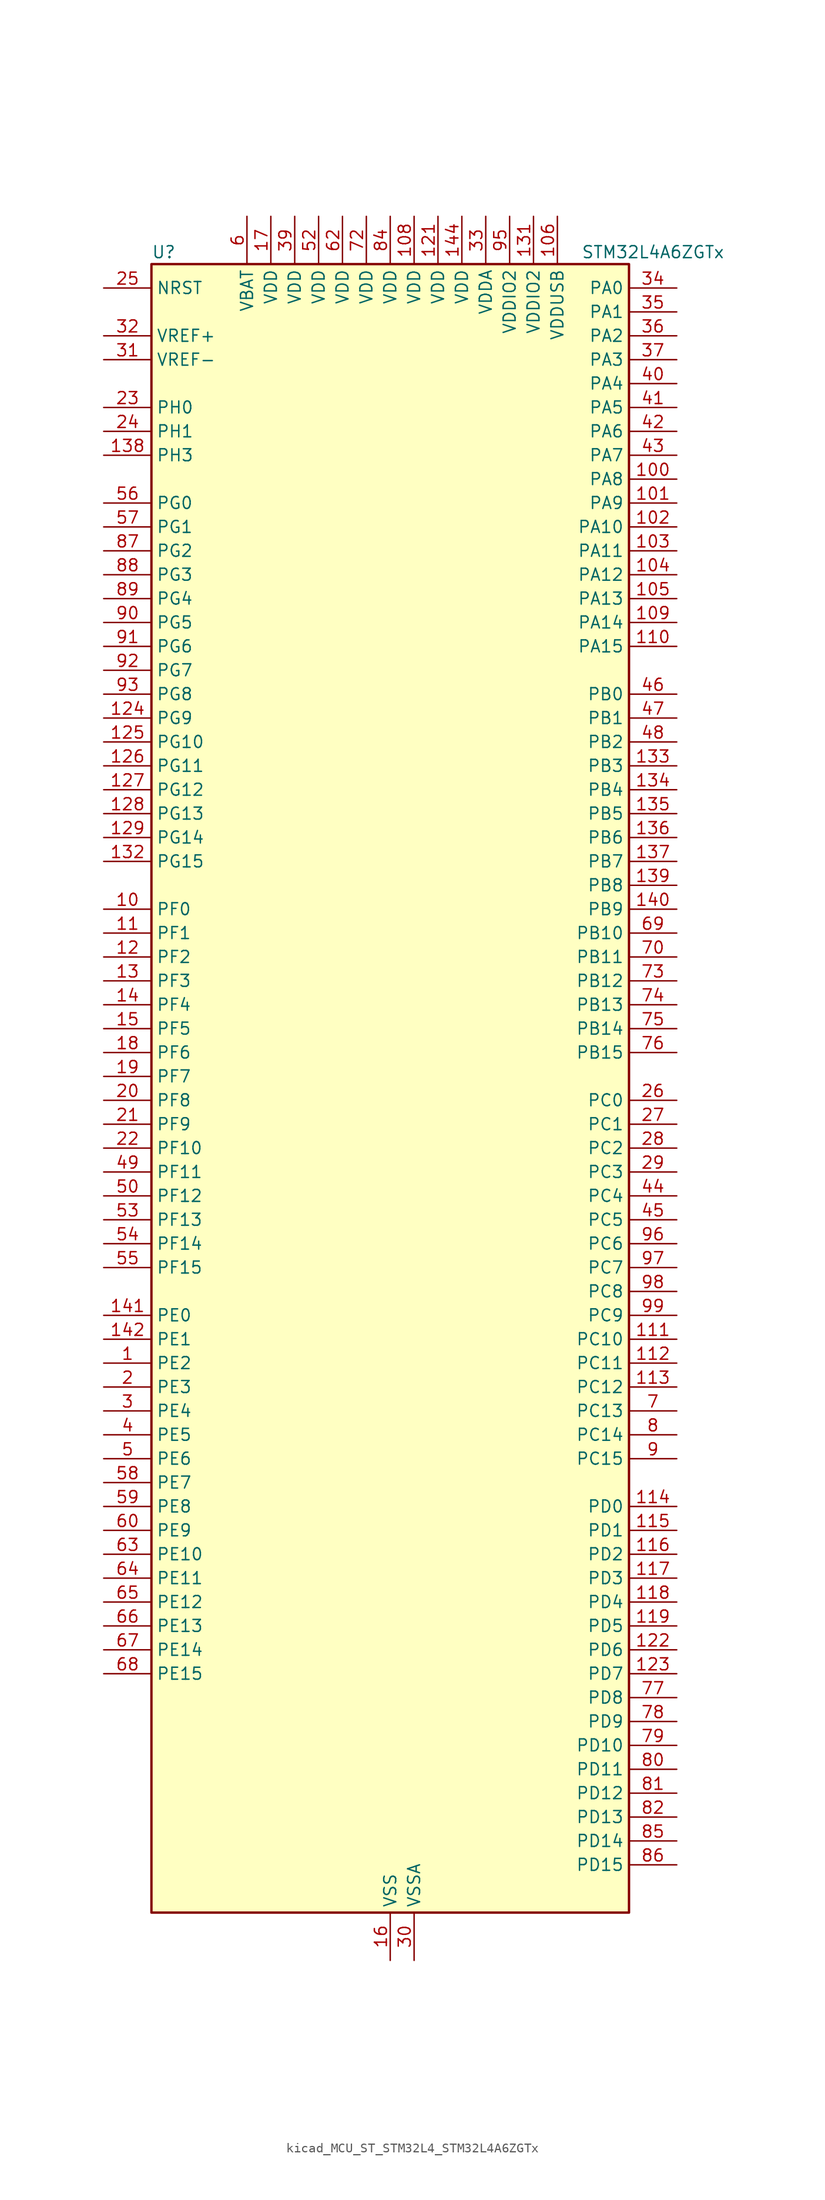
<source format=kicad_sym>
(kicad_symbol_lib
  (version 20220914)
  (generator kicad_symbol_editor)
  (symbol "kicad_MCU_ST_STM32L4_STM32L4A6ZGTx"
    (property "Reference" "U"
      (at -25.4 90.17 0)
      (effects (font (size 1.27 1.27)) (justify left)))
    (property "Value" "STM32L4A6ZGTx"
      (at 20.32 90.17 0)
      (effects (font (size 1.27 1.27)) (justify left)))
    (property "ki_locked" ""
      (at 0 0 0)
      (effects (font (size 1.27 1.27))))
    (symbol "kicad_MCU_ST_STM32L4_STM32L4A6ZGTx_0_1"
      (rectangle (start -25.4 -86.36) (end 25.4 88.9) (stroke (width 0.254) (type default)) (fill (type background))))
    (symbol "kicad_MCU_ST_STM32L4_STM32L4A6ZGTx_1_1"
      (pin bidirectional line (at -30.48 -27.94 0) (length 5.08) (name "PE2" (effects (font (size 1.27 1.27)))) (number "1" (effects (font (size 1.27 1.27)))) (alternate "FMC_A23" bidirectional line) (alternate "LCD_SEG38" bidirectional line) (alternate "SAI1_MCLK_A" bidirectional line) (alternate "SYS_TRACECLK" bidirectional line) (alternate "TIM3_ETR" bidirectional line) (alternate "TSC_G7_IO1" bidirectional line))
      (pin bidirectional line (at -30.48 20.32 0) (length 5.08) (name "PF0" (effects (font (size 1.27 1.27)))) (number "10" (effects (font (size 1.27 1.27)))) (alternate "FMC_A0" bidirectional line) (alternate "I2C2_SDA" bidirectional line))
      (pin bidirectional line (at 30.48 66.04 180) (length 5.08) (name "PA8" (effects (font (size 1.27 1.27)))) (number "100" (effects (font (size 1.27 1.27)))) (alternate "LCD_COM0" bidirectional line) (alternate "LPTIM2_OUT" bidirectional line) (alternate "RCC_MCO" bidirectional line) (alternate "SAI1_SCK_A" bidirectional line) (alternate "SWPMI1_IO" bidirectional line) (alternate "TIM1_CH1" bidirectional line) (alternate "USART1_CK" bidirectional line) (alternate "USB_OTG_FS_SOF" bidirectional line))
      (pin bidirectional line (at 30.48 63.5 180) (length 5.08) (name "PA9" (effects (font (size 1.27 1.27)))) (number "101" (effects (font (size 1.27 1.27)))) (alternate "DAC1_EXTI9" bidirectional line) (alternate "DCMI_D0" bidirectional line) (alternate "LCD_COM1" bidirectional line) (alternate "SAI1_FS_A" bidirectional line) (alternate "SPI2_SCK" bidirectional line) (alternate "TIM15_BKIN" bidirectional line) (alternate "TIM1_CH2" bidirectional line) (alternate "USART1_TX" bidirectional line) (alternate "USB_OTG_FS_VBUS" bidirectional line))
      (pin bidirectional line (at 30.48 60.96 180) (length 5.08) (name "PA10" (effects (font (size 1.27 1.27)))) (number "102" (effects (font (size 1.27 1.27)))) (alternate "DCMI_D1" bidirectional line) (alternate "LCD_COM2" bidirectional line) (alternate "SAI1_SD_A" bidirectional line) (alternate "TIM17_BKIN" bidirectional line) (alternate "TIM1_CH3" bidirectional line) (alternate "USART1_RX" bidirectional line) (alternate "USB_OTG_FS_ID" bidirectional line))
      (pin bidirectional line (at 30.48 58.42 180) (length 5.08) (name "PA11" (effects (font (size 1.27 1.27)))) (number "103" (effects (font (size 1.27 1.27)))) (alternate "ADC1_EXTI11" bidirectional line) (alternate "ADC2_EXTI11" bidirectional line) (alternate "ADC3_EXTI11" bidirectional line) (alternate "CAN1_RX" bidirectional line) (alternate "SPI1_MISO" bidirectional line) (alternate "TIM1_BKIN2" bidirectional line) (alternate "TIM1_BKIN2_COMP1" bidirectional line) (alternate "TIM1_CH4" bidirectional line) (alternate "USART1_CTS" bidirectional line) (alternate "USB_OTG_FS_DM" bidirectional line))
      (pin bidirectional line (at 30.48 55.88 180) (length 5.08) (name "PA12" (effects (font (size 1.27 1.27)))) (number "104" (effects (font (size 1.27 1.27)))) (alternate "CAN1_TX" bidirectional line) (alternate "SPI1_MOSI" bidirectional line) (alternate "TIM1_ETR" bidirectional line) (alternate "USART1_DE" bidirectional line) (alternate "USART1_RTS" bidirectional line) (alternate "USB_OTG_FS_DP" bidirectional line))
      (pin bidirectional line (at 30.48 53.34 180) (length 5.08) (name "PA13" (effects (font (size 1.27 1.27)))) (number "105" (effects (font (size 1.27 1.27)))) (alternate "IR_OUT" bidirectional line) (alternate "SAI1_SD_B" bidirectional line) (alternate "SWPMI1_TX" bidirectional line) (alternate "SYS_JTMS-SWDIO" bidirectional line) (alternate "USB_OTG_FS_NOE" bidirectional line))
      (pin power_in line (at 17.78 93.98 270) (length 5.08) (name "VDDUSB" (effects (font (size 1.27 1.27)))) (number "106" (effects (font (size 1.27 1.27)))))
      (pin passive line (at 0 -91.44 90) (length 5.08) hide (name "VSS" (effects (font (size 1.27 1.27)))) (number "107" (effects (font (size 1.27 1.27)))))
      (pin power_in line (at 2.54 93.98 270) (length 5.08) (name "VDD" (effects (font (size 1.27 1.27)))) (number "108" (effects (font (size 1.27 1.27)))))
      (pin bidirectional line (at 30.48 50.8 180) (length 5.08) (name "PA14" (effects (font (size 1.27 1.27)))) (number "109" (effects (font (size 1.27 1.27)))) (alternate "I2C1_SMBA" bidirectional line) (alternate "I2C4_SMBA" bidirectional line) (alternate "LPTIM1_OUT" bidirectional line) (alternate "SAI1_FS_B" bidirectional line) (alternate "SWPMI1_RX" bidirectional line) (alternate "SYS_JTCK-SWCLK" bidirectional line) (alternate "USB_OTG_FS_SOF" bidirectional line))
      (pin bidirectional line (at -30.48 17.78 0) (length 5.08) (name "PF1" (effects (font (size 1.27 1.27)))) (number "11" (effects (font (size 1.27 1.27)))) (alternate "FMC_A1" bidirectional line) (alternate "I2C2_SCL" bidirectional line))
      (pin bidirectional line (at 30.48 48.26 180) (length 5.08) (name "PA15" (effects (font (size 1.27 1.27)))) (number "110" (effects (font (size 1.27 1.27)))) (alternate "ADC1_EXTI15" bidirectional line) (alternate "ADC2_EXTI15" bidirectional line) (alternate "ADC3_EXTI15" bidirectional line) (alternate "LCD_SEG17" bidirectional line) (alternate "SAI2_FS_B" bidirectional line) (alternate "SPI1_NSS" bidirectional line) (alternate "SPI3_NSS" bidirectional line) (alternate "SWPMI1_SUSPEND" bidirectional line) (alternate "SYS_JTDI" bidirectional line) (alternate "TIM2_CH1" bidirectional line) (alternate "TIM2_ETR" bidirectional line) (alternate "TSC_G3_IO1" bidirectional line) (alternate "UART4_DE" bidirectional line) (alternate "UART4_RTS" bidirectional line) (alternate "USART2_RX" bidirectional line) (alternate "USART3_DE" bidirectional line) (alternate "USART3_RTS" bidirectional line))
      (pin bidirectional line (at 30.48 -25.4 180) (length 5.08) (name "PC10" (effects (font (size 1.27 1.27)))) (number "111" (effects (font (size 1.27 1.27)))) (alternate "DCMI_D8" bidirectional line) (alternate "LCD_COM4" bidirectional line) (alternate "LCD_SEG28" bidirectional line) (alternate "LCD_SEG40" bidirectional line) (alternate "SAI2_SCK_B" bidirectional line) (alternate "SDMMC1_D2" bidirectional line) (alternate "SPI3_SCK" bidirectional line) (alternate "SYS_TRACED1" bidirectional line) (alternate "TSC_G3_IO2" bidirectional line) (alternate "UART4_TX" bidirectional line) (alternate "USART3_TX" bidirectional line))
      (pin bidirectional line (at 30.48 -27.94 180) (length 5.08) (name "PC11" (effects (font (size 1.27 1.27)))) (number "112" (effects (font (size 1.27 1.27)))) (alternate "ADC1_EXTI11" bidirectional line) (alternate "ADC2_EXTI11" bidirectional line) (alternate "ADC3_EXTI11" bidirectional line) (alternate "DCMI_D4" bidirectional line) (alternate "LCD_COM5" bidirectional line) (alternate "LCD_SEG29" bidirectional line) (alternate "LCD_SEG41" bidirectional line) (alternate "QUADSPI_BK2_NCS" bidirectional line) (alternate "SAI2_MCLK_B" bidirectional line) (alternate "SDMMC1_D3" bidirectional line) (alternate "SPI3_MISO" bidirectional line) (alternate "TSC_G3_IO3" bidirectional line) (alternate "UART4_RX" bidirectional line) (alternate "USART3_RX" bidirectional line))
      (pin bidirectional line (at 30.48 -30.48 180) (length 5.08) (name "PC12" (effects (font (size 1.27 1.27)))) (number "113" (effects (font (size 1.27 1.27)))) (alternate "DCMI_D9" bidirectional line) (alternate "LCD_COM6" bidirectional line) (alternate "LCD_SEG30" bidirectional line) (alternate "LCD_SEG42" bidirectional line) (alternate "SAI2_SD_B" bidirectional line) (alternate "SDMMC1_CK" bidirectional line) (alternate "SPI3_MOSI" bidirectional line) (alternate "SYS_TRACED3" bidirectional line) (alternate "TSC_G3_IO4" bidirectional line) (alternate "UART5_TX" bidirectional line) (alternate "USART3_CK" bidirectional line))
      (pin bidirectional line (at 30.48 -43.18 180) (length 5.08) (name "PD0" (effects (font (size 1.27 1.27)))) (number "114" (effects (font (size 1.27 1.27)))) (alternate "CAN1_RX" bidirectional line) (alternate "DFSDM1_DATIN7" bidirectional line) (alternate "FMC_D2" bidirectional line) (alternate "FMC_DA2" bidirectional line) (alternate "SPI2_NSS" bidirectional line))
      (pin bidirectional line (at 30.48 -45.72 180) (length 5.08) (name "PD1" (effects (font (size 1.27 1.27)))) (number "115" (effects (font (size 1.27 1.27)))) (alternate "CAN1_TX" bidirectional line) (alternate "DFSDM1_CKIN7" bidirectional line) (alternate "FMC_D3" bidirectional line) (alternate "FMC_DA3" bidirectional line) (alternate "SPI2_SCK" bidirectional line))
      (pin bidirectional line (at 30.48 -48.26 180) (length 5.08) (name "PD2" (effects (font (size 1.27 1.27)))) (number "116" (effects (font (size 1.27 1.27)))) (alternate "DCMI_D11" bidirectional line) (alternate "LCD_COM7" bidirectional line) (alternate "LCD_SEG31" bidirectional line) (alternate "LCD_SEG43" bidirectional line) (alternate "SDMMC1_CMD" bidirectional line) (alternate "SYS_TRACED2" bidirectional line) (alternate "TIM3_ETR" bidirectional line) (alternate "TSC_SYNC" bidirectional line) (alternate "UART5_RX" bidirectional line) (alternate "USART3_DE" bidirectional line) (alternate "USART3_RTS" bidirectional line))
      (pin bidirectional line (at 30.48 -50.8 180) (length 5.08) (name "PD3" (effects (font (size 1.27 1.27)))) (number "117" (effects (font (size 1.27 1.27)))) (alternate "DCMI_D5" bidirectional line) (alternate "DFSDM1_DATIN0" bidirectional line) (alternate "FMC_CLK" bidirectional line) (alternate "QUADSPI_BK2_NCS" bidirectional line) (alternate "SPI2_MISO" bidirectional line) (alternate "SPI2_SCK" bidirectional line) (alternate "USART2_CTS" bidirectional line))
      (pin bidirectional line (at 30.48 -53.34 180) (length 5.08) (name "PD4" (effects (font (size 1.27 1.27)))) (number "118" (effects (font (size 1.27 1.27)))) (alternate "DFSDM1_CKIN0" bidirectional line) (alternate "FMC_NOE" bidirectional line) (alternate "QUADSPI_BK2_IO0" bidirectional line) (alternate "SPI2_MOSI" bidirectional line) (alternate "USART2_DE" bidirectional line) (alternate "USART2_RTS" bidirectional line))
      (pin bidirectional line (at 30.48 -55.88 180) (length 5.08) (name "PD5" (effects (font (size 1.27 1.27)))) (number "119" (effects (font (size 1.27 1.27)))) (alternate "FMC_NWE" bidirectional line) (alternate "QUADSPI_BK2_IO1" bidirectional line) (alternate "USART2_TX" bidirectional line))
      (pin bidirectional line (at -30.48 15.24 0) (length 5.08) (name "PF2" (effects (font (size 1.27 1.27)))) (number "12" (effects (font (size 1.27 1.27)))) (alternate "FMC_A2" bidirectional line) (alternate "I2C2_SMBA" bidirectional line))
      (pin passive line (at 0 -91.44 90) (length 5.08) hide (name "VSS" (effects (font (size 1.27 1.27)))) (number "120" (effects (font (size 1.27 1.27)))))
      (pin power_in line (at 5.08 93.98 270) (length 5.08) (name "VDD" (effects (font (size 1.27 1.27)))) (number "121" (effects (font (size 1.27 1.27)))))
      (pin bidirectional line (at 30.48 -58.42 180) (length 5.08) (name "PD6" (effects (font (size 1.27 1.27)))) (number "122" (effects (font (size 1.27 1.27)))) (alternate "DCMI_D10" bidirectional line) (alternate "DFSDM1_DATIN1" bidirectional line) (alternate "FMC_NWAIT" bidirectional line) (alternate "QUADSPI_BK2_IO1" bidirectional line) (alternate "QUADSPI_BK2_IO2" bidirectional line) (alternate "SAI1_SD_A" bidirectional line) (alternate "USART2_RX" bidirectional line))
      (pin bidirectional line (at 30.48 -60.96 180) (length 5.08) (name "PD7" (effects (font (size 1.27 1.27)))) (number "123" (effects (font (size 1.27 1.27)))) (alternate "DFSDM1_CKIN1" bidirectional line) (alternate "FMC_NE1" bidirectional line) (alternate "QUADSPI_BK2_IO3" bidirectional line) (alternate "USART2_CK" bidirectional line))
      (pin bidirectional line (at -30.48 40.64 0) (length 5.08) (name "PG9" (effects (font (size 1.27 1.27)))) (number "124" (effects (font (size 1.27 1.27)))) (alternate "DAC1_EXTI9" bidirectional line) (alternate "FMC_NCE" bidirectional line) (alternate "FMC_NE2" bidirectional line) (alternate "SAI2_SCK_A" bidirectional line) (alternate "SPI3_SCK" bidirectional line) (alternate "TIM15_CH1N" bidirectional line) (alternate "USART1_TX" bidirectional line))
      (pin bidirectional line (at -30.48 38.1 0) (length 5.08) (name "PG10" (effects (font (size 1.27 1.27)))) (number "125" (effects (font (size 1.27 1.27)))) (alternate "FMC_NE3" bidirectional line) (alternate "LPTIM1_IN1" bidirectional line) (alternate "SAI2_FS_A" bidirectional line) (alternate "SPI3_MISO" bidirectional line) (alternate "TIM15_CH1" bidirectional line) (alternate "USART1_RX" bidirectional line))
      (pin bidirectional line (at -30.48 35.56 0) (length 5.08) (name "PG11" (effects (font (size 1.27 1.27)))) (number "126" (effects (font (size 1.27 1.27)))) (alternate "ADC1_EXTI11" bidirectional line) (alternate "ADC2_EXTI11" bidirectional line) (alternate "ADC3_EXTI11" bidirectional line) (alternate "LPTIM1_IN2" bidirectional line) (alternate "SAI2_MCLK_A" bidirectional line) (alternate "SPI3_MOSI" bidirectional line) (alternate "TIM15_CH2" bidirectional line) (alternate "USART1_CTS" bidirectional line))
      (pin bidirectional line (at -30.48 33.02 0) (length 5.08) (name "PG12" (effects (font (size 1.27 1.27)))) (number "127" (effects (font (size 1.27 1.27)))) (alternate "FMC_NE4" bidirectional line) (alternate "LPTIM1_ETR" bidirectional line) (alternate "SAI2_SD_A" bidirectional line) (alternate "SPI3_NSS" bidirectional line) (alternate "USART1_DE" bidirectional line) (alternate "USART1_RTS" bidirectional line))
      (pin bidirectional line (at -30.48 30.48 0) (length 5.08) (name "PG13" (effects (font (size 1.27 1.27)))) (number "128" (effects (font (size 1.27 1.27)))) (alternate "FMC_A24" bidirectional line) (alternate "I2C1_SDA" bidirectional line) (alternate "USART1_CK" bidirectional line))
      (pin bidirectional line (at -30.48 27.94 0) (length 5.08) (name "PG14" (effects (font (size 1.27 1.27)))) (number "129" (effects (font (size 1.27 1.27)))) (alternate "FMC_A25" bidirectional line) (alternate "I2C1_SCL" bidirectional line))
      (pin bidirectional line (at -30.48 12.7 0) (length 5.08) (name "PF3" (effects (font (size 1.27 1.27)))) (number "13" (effects (font (size 1.27 1.27)))) (alternate "ADC3_IN6" bidirectional line) (alternate "FMC_A3" bidirectional line))
      (pin passive line (at 0 -91.44 90) (length 5.08) hide (name "VSS" (effects (font (size 1.27 1.27)))) (number "130" (effects (font (size 1.27 1.27)))))
      (pin power_in line (at 15.24 93.98 270) (length 5.08) (name "VDDIO2" (effects (font (size 1.27 1.27)))) (number "131" (effects (font (size 1.27 1.27)))))
      (pin bidirectional line (at -30.48 25.4 0) (length 5.08) (name "PG15" (effects (font (size 1.27 1.27)))) (number "132" (effects (font (size 1.27 1.27)))) (alternate "ADC1_EXTI15" bidirectional line) (alternate "ADC2_EXTI15" bidirectional line) (alternate "ADC3_EXTI15" bidirectional line) (alternate "DCMI_D13" bidirectional line) (alternate "I2C1_SMBA" bidirectional line) (alternate "LPTIM1_OUT" bidirectional line))
      (pin bidirectional line (at 30.48 35.56 180) (length 5.08) (name "PB3" (effects (font (size 1.27 1.27)))) (number "133" (effects (font (size 1.27 1.27)))) (alternate "COMP2_INM" bidirectional line) (alternate "CRS_SYNC" bidirectional line) (alternate "LCD_SEG7" bidirectional line) (alternate "SAI1_SCK_B" bidirectional line) (alternate "SPI1_SCK" bidirectional line) (alternate "SPI3_SCK" bidirectional line) (alternate "SYS_JTDO-SWO" bidirectional line) (alternate "TIM2_CH2" bidirectional line) (alternate "USART1_DE" bidirectional line) (alternate "USART1_RTS" bidirectional line))
      (pin bidirectional line (at 30.48 33.02 180) (length 5.08) (name "PB4" (effects (font (size 1.27 1.27)))) (number "134" (effects (font (size 1.27 1.27)))) (alternate "COMP2_INP" bidirectional line) (alternate "DCMI_D12" bidirectional line) (alternate "I2C3_SDA" bidirectional line) (alternate "LCD_SEG8" bidirectional line) (alternate "SAI1_MCLK_B" bidirectional line) (alternate "SPI1_MISO" bidirectional line) (alternate "SPI3_MISO" bidirectional line) (alternate "SYS_JTRST" bidirectional line) (alternate "TIM17_BKIN" bidirectional line) (alternate "TIM3_CH1" bidirectional line) (alternate "TSC_G2_IO1" bidirectional line) (alternate "UART5_DE" bidirectional line) (alternate "UART5_RTS" bidirectional line) (alternate "USART1_CTS" bidirectional line))
      (pin bidirectional line (at 30.48 30.48 180) (length 5.08) (name "PB5" (effects (font (size 1.27 1.27)))) (number "135" (effects (font (size 1.27 1.27)))) (alternate "CAN2_RX" bidirectional line) (alternate "COMP2_OUT" bidirectional line) (alternate "DCMI_D10" bidirectional line) (alternate "I2C1_SMBA" bidirectional line) (alternate "LCD_SEG9" bidirectional line) (alternate "LPTIM1_IN1" bidirectional line) (alternate "SAI1_SD_B" bidirectional line) (alternate "SPI1_MOSI" bidirectional line) (alternate "SPI3_MOSI" bidirectional line) (alternate "TIM16_BKIN" bidirectional line) (alternate "TIM3_CH2" bidirectional line) (alternate "TSC_G2_IO2" bidirectional line) (alternate "UART5_CTS" bidirectional line) (alternate "USART1_CK" bidirectional line))
      (pin bidirectional line (at 30.48 27.94 180) (length 5.08) (name "PB6" (effects (font (size 1.27 1.27)))) (number "136" (effects (font (size 1.27 1.27)))) (alternate "CAN2_TX" bidirectional line) (alternate "COMP2_INP" bidirectional line) (alternate "DCMI_D5" bidirectional line) (alternate "DFSDM1_DATIN5" bidirectional line) (alternate "I2C1_SCL" bidirectional line) (alternate "I2C4_SCL" bidirectional line) (alternate "LPTIM1_ETR" bidirectional line) (alternate "SAI1_FS_B" bidirectional line) (alternate "TIM16_CH1N" bidirectional line) (alternate "TIM4_CH1" bidirectional line) (alternate "TIM8_BKIN2" bidirectional line) (alternate "TIM8_BKIN2_COMP2" bidirectional line) (alternate "TSC_G2_IO3" bidirectional line) (alternate "USART1_TX" bidirectional line))
      (pin bidirectional line (at 30.48 25.4 180) (length 5.08) (name "PB7" (effects (font (size 1.27 1.27)))) (number "137" (effects (font (size 1.27 1.27)))) (alternate "COMP2_INM" bidirectional line) (alternate "DCMI_VSYNC" bidirectional line) (alternate "DFSDM1_CKIN5" bidirectional line) (alternate "FMC_NL" bidirectional line) (alternate "I2C1_SDA" bidirectional line) (alternate "I2C4_SDA" bidirectional line) (alternate "LCD_SEG21" bidirectional line) (alternate "LPTIM1_IN2" bidirectional line) (alternate "SYS_PVD_IN" bidirectional line) (alternate "TIM17_CH1N" bidirectional line) (alternate "TIM4_CH2" bidirectional line) (alternate "TIM8_BKIN" bidirectional line) (alternate "TIM8_BKIN_COMP1" bidirectional line) (alternate "TSC_G2_IO4" bidirectional line) (alternate "UART4_CTS" bidirectional line) (alternate "USART1_RX" bidirectional line))
      (pin bidirectional line (at -30.48 68.58 0) (length 5.08) (name "PH3" (effects (font (size 1.27 1.27)))) (number "138" (effects (font (size 1.27 1.27)))))
      (pin bidirectional line (at 30.48 22.86 180) (length 5.08) (name "PB8" (effects (font (size 1.27 1.27)))) (number "139" (effects (font (size 1.27 1.27)))) (alternate "CAN1_RX" bidirectional line) (alternate "DCMI_D6" bidirectional line) (alternate "DFSDM1_DATIN6" bidirectional line) (alternate "I2C1_SCL" bidirectional line) (alternate "LCD_SEG16" bidirectional line) (alternate "SAI1_MCLK_A" bidirectional line) (alternate "SDMMC1_D4" bidirectional line) (alternate "TIM16_CH1" bidirectional line) (alternate "TIM4_CH3" bidirectional line))
      (pin bidirectional line (at -30.48 10.16 0) (length 5.08) (name "PF4" (effects (font (size 1.27 1.27)))) (number "14" (effects (font (size 1.27 1.27)))) (alternate "ADC3_IN7" bidirectional line) (alternate "FMC_A4" bidirectional line))
      (pin bidirectional line (at 30.48 20.32 180) (length 5.08) (name "PB9" (effects (font (size 1.27 1.27)))) (number "140" (effects (font (size 1.27 1.27)))) (alternate "CAN1_TX" bidirectional line) (alternate "DAC1_EXTI9" bidirectional line) (alternate "DCMI_D7" bidirectional line) (alternate "DFSDM1_CKIN6" bidirectional line) (alternate "I2C1_SDA" bidirectional line) (alternate "IR_OUT" bidirectional line) (alternate "LCD_COM3" bidirectional line) (alternate "SAI1_FS_A" bidirectional line) (alternate "SDMMC1_D5" bidirectional line) (alternate "SPI2_NSS" bidirectional line) (alternate "TIM17_CH1" bidirectional line) (alternate "TIM4_CH4" bidirectional line))
      (pin bidirectional line (at -30.48 -22.86 0) (length 5.08) (name "PE0" (effects (font (size 1.27 1.27)))) (number "141" (effects (font (size 1.27 1.27)))) (alternate "DCMI_D2" bidirectional line) (alternate "FMC_NBL0" bidirectional line) (alternate "LCD_SEG36" bidirectional line) (alternate "TIM16_CH1" bidirectional line) (alternate "TIM4_ETR" bidirectional line))
      (pin bidirectional line (at -30.48 -25.4 0) (length 5.08) (name "PE1" (effects (font (size 1.27 1.27)))) (number "142" (effects (font (size 1.27 1.27)))) (alternate "DCMI_D3" bidirectional line) (alternate "FMC_NBL1" bidirectional line) (alternate "LCD_SEG37" bidirectional line) (alternate "TIM17_CH1" bidirectional line))
      (pin passive line (at 0 -91.44 90) (length 5.08) hide (name "VSS" (effects (font (size 1.27 1.27)))) (number "143" (effects (font (size 1.27 1.27)))))
      (pin power_in line (at 7.62 93.98 270) (length 5.08) (name "VDD" (effects (font (size 1.27 1.27)))) (number "144" (effects (font (size 1.27 1.27)))))
      (pin bidirectional line (at -30.48 7.62 0) (length 5.08) (name "PF5" (effects (font (size 1.27 1.27)))) (number "15" (effects (font (size 1.27 1.27)))) (alternate "ADC3_IN8" bidirectional line) (alternate "FMC_A5" bidirectional line))
      (pin power_in line (at 0 -91.44 90) (length 5.08) (name "VSS" (effects (font (size 1.27 1.27)))) (number "16" (effects (font (size 1.27 1.27)))))
      (pin power_in line (at -12.7 93.98 270) (length 5.08) (name "VDD" (effects (font (size 1.27 1.27)))) (number "17" (effects (font (size 1.27 1.27)))))
      (pin bidirectional line (at -30.48 5.08 0) (length 5.08) (name "PF6" (effects (font (size 1.27 1.27)))) (number "18" (effects (font (size 1.27 1.27)))) (alternate "ADC3_IN9" bidirectional line) (alternate "QUADSPI_BK1_IO3" bidirectional line) (alternate "SAI1_SD_B" bidirectional line) (alternate "TIM5_CH1" bidirectional line) (alternate "TIM5_ETR" bidirectional line))
      (pin bidirectional line (at -30.48 2.54 0) (length 5.08) (name "PF7" (effects (font (size 1.27 1.27)))) (number "19" (effects (font (size 1.27 1.27)))) (alternate "ADC3_IN10" bidirectional line) (alternate "QUADSPI_BK1_IO2" bidirectional line) (alternate "SAI1_MCLK_B" bidirectional line) (alternate "TIM5_CH2" bidirectional line))
      (pin bidirectional line (at -30.48 -30.48 0) (length 5.08) (name "PE3" (effects (font (size 1.27 1.27)))) (number "2" (effects (font (size 1.27 1.27)))) (alternate "FMC_A19" bidirectional line) (alternate "LCD_SEG39" bidirectional line) (alternate "SAI1_SD_B" bidirectional line) (alternate "SYS_TRACED0" bidirectional line) (alternate "TIM3_CH1" bidirectional line) (alternate "TSC_G7_IO2" bidirectional line))
      (pin bidirectional line (at -30.48 0 0) (length 5.08) (name "PF8" (effects (font (size 1.27 1.27)))) (number "20" (effects (font (size 1.27 1.27)))) (alternate "ADC3_IN11" bidirectional line) (alternate "QUADSPI_BK1_IO0" bidirectional line) (alternate "SAI1_SCK_B" bidirectional line) (alternate "TIM5_CH3" bidirectional line))
      (pin bidirectional line (at -30.48 -2.54 0) (length 5.08) (name "PF9" (effects (font (size 1.27 1.27)))) (number "21" (effects (font (size 1.27 1.27)))) (alternate "ADC3_IN12" bidirectional line) (alternate "DAC1_EXTI9" bidirectional line) (alternate "QUADSPI_BK1_IO1" bidirectional line) (alternate "SAI1_FS_B" bidirectional line) (alternate "TIM15_CH1" bidirectional line) (alternate "TIM5_CH4" bidirectional line))
      (pin bidirectional line (at -30.48 -5.08 0) (length 5.08) (name "PF10" (effects (font (size 1.27 1.27)))) (number "22" (effects (font (size 1.27 1.27)))) (alternate "ADC3_IN13" bidirectional line) (alternate "DCMI_D11" bidirectional line) (alternate "QUADSPI_CLK" bidirectional line) (alternate "TIM15_CH2" bidirectional line))
      (pin bidirectional line (at -30.48 73.66 0) (length 5.08) (name "PH0" (effects (font (size 1.27 1.27)))) (number "23" (effects (font (size 1.27 1.27)))) (alternate "RCC_OSC_IN" bidirectional line))
      (pin bidirectional line (at -30.48 71.12 0) (length 5.08) (name "PH1" (effects (font (size 1.27 1.27)))) (number "24" (effects (font (size 1.27 1.27)))) (alternate "RCC_OSC_OUT" bidirectional line))
      (pin input line (at -30.48 86.36 0) (length 5.08) (name "NRST" (effects (font (size 1.27 1.27)))) (number "25" (effects (font (size 1.27 1.27)))))
      (pin bidirectional line (at 30.48 0 180) (length 5.08) (name "PC0" (effects (font (size 1.27 1.27)))) (number "26" (effects (font (size 1.27 1.27)))) (alternate "ADC1_IN1" bidirectional line) (alternate "ADC2_IN1" bidirectional line) (alternate "ADC3_IN1" bidirectional line) (alternate "DFSDM1_DATIN4" bidirectional line) (alternate "I2C3_SCL" bidirectional line) (alternate "I2C4_SCL" bidirectional line) (alternate "LCD_SEG18" bidirectional line) (alternate "LPTIM1_IN1" bidirectional line) (alternate "LPTIM2_IN1" bidirectional line) (alternate "LPUART1_RX" bidirectional line))
      (pin bidirectional line (at 30.48 -2.54 180) (length 5.08) (name "PC1" (effects (font (size 1.27 1.27)))) (number "27" (effects (font (size 1.27 1.27)))) (alternate "ADC1_IN2" bidirectional line) (alternate "ADC2_IN2" bidirectional line) (alternate "ADC3_IN2" bidirectional line) (alternate "DFSDM1_CKIN4" bidirectional line) (alternate "I2C3_SDA" bidirectional line) (alternate "I2C4_SDA" bidirectional line) (alternate "LCD_SEG19" bidirectional line) (alternate "LPTIM1_OUT" bidirectional line) (alternate "LPUART1_TX" bidirectional line) (alternate "QUADSPI_BK2_IO0" bidirectional line) (alternate "SAI1_SD_A" bidirectional line) (alternate "SPI2_MOSI" bidirectional line) (alternate "SYS_TRACED0" bidirectional line))
      (pin bidirectional line (at 30.48 -5.08 180) (length 5.08) (name "PC2" (effects (font (size 1.27 1.27)))) (number "28" (effects (font (size 1.27 1.27)))) (alternate "ADC1_IN3" bidirectional line) (alternate "ADC2_IN3" bidirectional line) (alternate "ADC3_IN3" bidirectional line) (alternate "DFSDM1_CKOUT" bidirectional line) (alternate "LCD_SEG20" bidirectional line) (alternate "LPTIM1_IN2" bidirectional line) (alternate "QUADSPI_BK2_IO1" bidirectional line) (alternate "SPI2_MISO" bidirectional line))
      (pin bidirectional line (at 30.48 -7.62 180) (length 5.08) (name "PC3" (effects (font (size 1.27 1.27)))) (number "29" (effects (font (size 1.27 1.27)))) (alternate "ADC1_IN4" bidirectional line) (alternate "ADC2_IN4" bidirectional line) (alternate "ADC3_IN4" bidirectional line) (alternate "LCD_VLCD" bidirectional line) (alternate "LPTIM1_ETR" bidirectional line) (alternate "LPTIM2_ETR" bidirectional line) (alternate "QUADSPI_BK2_IO2" bidirectional line) (alternate "SAI1_SD_A" bidirectional line) (alternate "SPI2_MOSI" bidirectional line))
      (pin bidirectional line (at -30.48 -33.02 0) (length 5.08) (name "PE4" (effects (font (size 1.27 1.27)))) (number "3" (effects (font (size 1.27 1.27)))) (alternate "DCMI_D4" bidirectional line) (alternate "DFSDM1_DATIN3" bidirectional line) (alternate "FMC_A20" bidirectional line) (alternate "SAI1_FS_A" bidirectional line) (alternate "SYS_TRACED1" bidirectional line) (alternate "TIM3_CH2" bidirectional line) (alternate "TSC_G7_IO3" bidirectional line))
      (pin power_in line (at 2.54 -91.44 90) (length 5.08) (name "VSSA" (effects (font (size 1.27 1.27)))) (number "30" (effects (font (size 1.27 1.27)))))
      (pin input line (at -30.48 78.74 0) (length 5.08) (name "VREF-" (effects (font (size 1.27 1.27)))) (number "31" (effects (font (size 1.27 1.27)))))
      (pin input line (at -30.48 81.28 0) (length 5.08) (name "VREF+" (effects (font (size 1.27 1.27)))) (number "32" (effects (font (size 1.27 1.27)))) (alternate "VREFBUF_OUT" bidirectional line))
      (pin power_in line (at 10.16 93.98 270) (length 5.08) (name "VDDA" (effects (font (size 1.27 1.27)))) (number "33" (effects (font (size 1.27 1.27)))))
      (pin bidirectional line (at 30.48 86.36 180) (length 5.08) (name "PA0" (effects (font (size 1.27 1.27)))) (number "34" (effects (font (size 1.27 1.27)))) (alternate "ADC1_IN5" bidirectional line) (alternate "ADC2_IN5" bidirectional line) (alternate "OPAMP1_VINP" bidirectional line) (alternate "RTC_TAMP2" bidirectional line) (alternate "SAI1_EXTCLK" bidirectional line) (alternate "SYS_WKUP1" bidirectional line) (alternate "TIM2_CH1" bidirectional line) (alternate "TIM2_ETR" bidirectional line) (alternate "TIM5_CH1" bidirectional line) (alternate "TIM8_ETR" bidirectional line) (alternate "UART4_TX" bidirectional line) (alternate "USART2_CTS" bidirectional line))
      (pin bidirectional line (at 30.48 83.82 180) (length 5.08) (name "PA1" (effects (font (size 1.27 1.27)))) (number "35" (effects (font (size 1.27 1.27)))) (alternate "ADC1_IN6" bidirectional line) (alternate "ADC2_IN6" bidirectional line) (alternate "I2C1_SMBA" bidirectional line) (alternate "LCD_SEG0" bidirectional line) (alternate "OPAMP1_VINM" bidirectional line) (alternate "SPI1_SCK" bidirectional line) (alternate "TIM15_CH1N" bidirectional line) (alternate "TIM2_CH2" bidirectional line) (alternate "TIM5_CH2" bidirectional line) (alternate "UART4_RX" bidirectional line) (alternate "USART2_DE" bidirectional line) (alternate "USART2_RTS" bidirectional line))
      (pin bidirectional line (at 30.48 81.28 180) (length 5.08) (name "PA2" (effects (font (size 1.27 1.27)))) (number "36" (effects (font (size 1.27 1.27)))) (alternate "ADC1_IN7" bidirectional line) (alternate "ADC2_IN7" bidirectional line) (alternate "LCD_SEG1" bidirectional line) (alternate "LPUART1_TX" bidirectional line) (alternate "QUADSPI_BK1_NCS" bidirectional line) (alternate "RCC_LSCO" bidirectional line) (alternate "SAI2_EXTCLK" bidirectional line) (alternate "SYS_WKUP4" bidirectional line) (alternate "TIM15_CH1" bidirectional line) (alternate "TIM2_CH3" bidirectional line) (alternate "TIM5_CH3" bidirectional line) (alternate "USART2_TX" bidirectional line))
      (pin bidirectional line (at 30.48 78.74 180) (length 5.08) (name "PA3" (effects (font (size 1.27 1.27)))) (number "37" (effects (font (size 1.27 1.27)))) (alternate "ADC1_IN8" bidirectional line) (alternate "ADC2_IN8" bidirectional line) (alternate "LCD_SEG2" bidirectional line) (alternate "LPUART1_RX" bidirectional line) (alternate "OPAMP1_VOUT" bidirectional line) (alternate "QUADSPI_CLK" bidirectional line) (alternate "SAI1_MCLK_A" bidirectional line) (alternate "TIM15_CH2" bidirectional line) (alternate "TIM2_CH4" bidirectional line) (alternate "TIM5_CH4" bidirectional line) (alternate "USART2_RX" bidirectional line))
      (pin passive line (at 0 -91.44 90) (length 5.08) hide (name "VSS" (effects (font (size 1.27 1.27)))) (number "38" (effects (font (size 1.27 1.27)))))
      (pin power_in line (at -10.16 93.98 270) (length 5.08) (name "VDD" (effects (font (size 1.27 1.27)))) (number "39" (effects (font (size 1.27 1.27)))))
      (pin bidirectional line (at -30.48 -35.56 0) (length 5.08) (name "PE5" (effects (font (size 1.27 1.27)))) (number "4" (effects (font (size 1.27 1.27)))) (alternate "DCMI_D6" bidirectional line) (alternate "DFSDM1_CKIN3" bidirectional line) (alternate "FMC_A21" bidirectional line) (alternate "SAI1_SCK_A" bidirectional line) (alternate "SYS_TRACED2" bidirectional line) (alternate "TIM3_CH3" bidirectional line) (alternate "TSC_G7_IO4" bidirectional line))
      (pin bidirectional line (at 30.48 76.2 180) (length 5.08) (name "PA4" (effects (font (size 1.27 1.27)))) (number "40" (effects (font (size 1.27 1.27)))) (alternate "ADC1_IN9" bidirectional line) (alternate "ADC2_IN9" bidirectional line) (alternate "DAC1_OUT1" bidirectional line) (alternate "DCMI_HSYNC" bidirectional line) (alternate "LPTIM2_OUT" bidirectional line) (alternate "SAI1_FS_B" bidirectional line) (alternate "SPI1_NSS" bidirectional line) (alternate "SPI3_NSS" bidirectional line) (alternate "USART2_CK" bidirectional line))
      (pin bidirectional line (at 30.48 73.66 180) (length 5.08) (name "PA5" (effects (font (size 1.27 1.27)))) (number "41" (effects (font (size 1.27 1.27)))) (alternate "ADC1_IN10" bidirectional line) (alternate "ADC2_IN10" bidirectional line) (alternate "DAC1_OUT2" bidirectional line) (alternate "LPTIM2_ETR" bidirectional line) (alternate "SPI1_SCK" bidirectional line) (alternate "TIM2_CH1" bidirectional line) (alternate "TIM2_ETR" bidirectional line) (alternate "TIM8_CH1N" bidirectional line))
      (pin bidirectional line (at 30.48 71.12 180) (length 5.08) (name "PA6" (effects (font (size 1.27 1.27)))) (number "42" (effects (font (size 1.27 1.27)))) (alternate "ADC1_IN11" bidirectional line) (alternate "ADC2_IN11" bidirectional line) (alternate "DCMI_PIXCLK" bidirectional line) (alternate "LCD_SEG3" bidirectional line) (alternate "LPUART1_CTS" bidirectional line) (alternate "OPAMP2_VINP" bidirectional line) (alternate "QUADSPI_BK1_IO3" bidirectional line) (alternate "SPI1_MISO" bidirectional line) (alternate "TIM16_CH1" bidirectional line) (alternate "TIM1_BKIN" bidirectional line) (alternate "TIM1_BKIN_COMP2" bidirectional line) (alternate "TIM3_CH1" bidirectional line) (alternate "TIM8_BKIN" bidirectional line) (alternate "TIM8_BKIN_COMP2" bidirectional line) (alternate "USART3_CTS" bidirectional line))
      (pin bidirectional line (at 30.48 68.58 180) (length 5.08) (name "PA7" (effects (font (size 1.27 1.27)))) (number "43" (effects (font (size 1.27 1.27)))) (alternate "ADC1_IN12" bidirectional line) (alternate "ADC2_IN12" bidirectional line) (alternate "I2C3_SCL" bidirectional line) (alternate "LCD_SEG4" bidirectional line) (alternate "OPAMP2_VINM" bidirectional line) (alternate "QUADSPI_BK1_IO2" bidirectional line) (alternate "SPI1_MOSI" bidirectional line) (alternate "TIM17_CH1" bidirectional line) (alternate "TIM1_CH1N" bidirectional line) (alternate "TIM3_CH2" bidirectional line) (alternate "TIM8_CH1N" bidirectional line))
      (pin bidirectional line (at 30.48 -10.16 180) (length 5.08) (name "PC4" (effects (font (size 1.27 1.27)))) (number "44" (effects (font (size 1.27 1.27)))) (alternate "ADC1_IN13" bidirectional line) (alternate "ADC2_IN13" bidirectional line) (alternate "COMP1_INM" bidirectional line) (alternate "LCD_SEG22" bidirectional line) (alternate "QUADSPI_BK2_IO3" bidirectional line) (alternate "USART3_TX" bidirectional line))
      (pin bidirectional line (at 30.48 -12.7 180) (length 5.08) (name "PC5" (effects (font (size 1.27 1.27)))) (number "45" (effects (font (size 1.27 1.27)))) (alternate "ADC1_IN14" bidirectional line) (alternate "ADC2_IN14" bidirectional line) (alternate "COMP1_INP" bidirectional line) (alternate "LCD_SEG23" bidirectional line) (alternate "SYS_WKUP5" bidirectional line) (alternate "USART3_RX" bidirectional line))
      (pin bidirectional line (at 30.48 43.18 180) (length 5.08) (name "PB0" (effects (font (size 1.27 1.27)))) (number "46" (effects (font (size 1.27 1.27)))) (alternate "ADC1_IN15" bidirectional line) (alternate "ADC2_IN15" bidirectional line) (alternate "COMP1_OUT" bidirectional line) (alternate "LCD_SEG5" bidirectional line) (alternate "OPAMP2_VOUT" bidirectional line) (alternate "QUADSPI_BK1_IO1" bidirectional line) (alternate "SAI1_EXTCLK" bidirectional line) (alternate "SPI1_NSS" bidirectional line) (alternate "TIM1_CH2N" bidirectional line) (alternate "TIM3_CH3" bidirectional line) (alternate "TIM8_CH2N" bidirectional line) (alternate "USART3_CK" bidirectional line))
      (pin bidirectional line (at 30.48 40.64 180) (length 5.08) (name "PB1" (effects (font (size 1.27 1.27)))) (number "47" (effects (font (size 1.27 1.27)))) (alternate "ADC1_IN16" bidirectional line) (alternate "ADC2_IN16" bidirectional line) (alternate "COMP1_INM" bidirectional line) (alternate "DFSDM1_DATIN0" bidirectional line) (alternate "LCD_SEG6" bidirectional line) (alternate "LPTIM2_IN1" bidirectional line) (alternate "LPUART1_DE" bidirectional line) (alternate "LPUART1_RTS" bidirectional line) (alternate "QUADSPI_BK1_IO0" bidirectional line) (alternate "TIM1_CH3N" bidirectional line) (alternate "TIM3_CH4" bidirectional line) (alternate "TIM8_CH3N" bidirectional line) (alternate "USART3_DE" bidirectional line) (alternate "USART3_RTS" bidirectional line))
      (pin bidirectional line (at 30.48 38.1 180) (length 5.08) (name "PB2" (effects (font (size 1.27 1.27)))) (number "48" (effects (font (size 1.27 1.27)))) (alternate "COMP1_INP" bidirectional line) (alternate "DFSDM1_CKIN0" bidirectional line) (alternate "I2C3_SMBA" bidirectional line) (alternate "LCD_VLCD" bidirectional line) (alternate "LPTIM1_OUT" bidirectional line) (alternate "RTC_OUT_ALARM" bidirectional line) (alternate "RTC_OUT_CALIB" bidirectional line))
      (pin bidirectional line (at -30.48 -7.62 0) (length 5.08) (name "PF11" (effects (font (size 1.27 1.27)))) (number "49" (effects (font (size 1.27 1.27)))) (alternate "ADC1_EXTI11" bidirectional line) (alternate "ADC2_EXTI11" bidirectional line) (alternate "ADC3_EXTI11" bidirectional line) (alternate "DCMI_D12" bidirectional line))
      (pin bidirectional line (at -30.48 -38.1 0) (length 5.08) (name "PE6" (effects (font (size 1.27 1.27)))) (number "5" (effects (font (size 1.27 1.27)))) (alternate "DCMI_D7" bidirectional line) (alternate "FMC_A22" bidirectional line) (alternate "RTC_TAMP3" bidirectional line) (alternate "SAI1_SD_A" bidirectional line) (alternate "SYS_TRACED3" bidirectional line) (alternate "SYS_WKUP3" bidirectional line) (alternate "TIM3_CH4" bidirectional line))
      (pin bidirectional line (at -30.48 -10.16 0) (length 5.08) (name "PF12" (effects (font (size 1.27 1.27)))) (number "50" (effects (font (size 1.27 1.27)))) (alternate "FMC_A6" bidirectional line))
      (pin passive line (at 0 -91.44 90) (length 5.08) hide (name "VSS" (effects (font (size 1.27 1.27)))) (number "51" (effects (font (size 1.27 1.27)))))
      (pin power_in line (at -7.62 93.98 270) (length 5.08) (name "VDD" (effects (font (size 1.27 1.27)))) (number "52" (effects (font (size 1.27 1.27)))))
      (pin bidirectional line (at -30.48 -12.7 0) (length 5.08) (name "PF13" (effects (font (size 1.27 1.27)))) (number "53" (effects (font (size 1.27 1.27)))) (alternate "DFSDM1_DATIN6" bidirectional line) (alternate "FMC_A7" bidirectional line) (alternate "I2C4_SMBA" bidirectional line))
      (pin bidirectional line (at -30.48 -15.24 0) (length 5.08) (name "PF14" (effects (font (size 1.27 1.27)))) (number "54" (effects (font (size 1.27 1.27)))) (alternate "DFSDM1_CKIN6" bidirectional line) (alternate "FMC_A8" bidirectional line) (alternate "I2C4_SCL" bidirectional line) (alternate "TSC_G8_IO1" bidirectional line))
      (pin bidirectional line (at -30.48 -17.78 0) (length 5.08) (name "PF15" (effects (font (size 1.27 1.27)))) (number "55" (effects (font (size 1.27 1.27)))) (alternate "ADC1_EXTI15" bidirectional line) (alternate "ADC2_EXTI15" bidirectional line) (alternate "ADC3_EXTI15" bidirectional line) (alternate "FMC_A9" bidirectional line) (alternate "I2C4_SDA" bidirectional line) (alternate "TSC_G8_IO2" bidirectional line))
      (pin bidirectional line (at -30.48 63.5 0) (length 5.08) (name "PG0" (effects (font (size 1.27 1.27)))) (number "56" (effects (font (size 1.27 1.27)))) (alternate "FMC_A10" bidirectional line) (alternate "TSC_G8_IO3" bidirectional line))
      (pin bidirectional line (at -30.48 60.96 0) (length 5.08) (name "PG1" (effects (font (size 1.27 1.27)))) (number "57" (effects (font (size 1.27 1.27)))) (alternate "FMC_A11" bidirectional line) (alternate "TSC_G8_IO4" bidirectional line))
      (pin bidirectional line (at -30.48 -40.64 0) (length 5.08) (name "PE7" (effects (font (size 1.27 1.27)))) (number "58" (effects (font (size 1.27 1.27)))) (alternate "DFSDM1_DATIN2" bidirectional line) (alternate "FMC_D4" bidirectional line) (alternate "FMC_DA4" bidirectional line) (alternate "SAI1_SD_B" bidirectional line) (alternate "TIM1_ETR" bidirectional line))
      (pin bidirectional line (at -30.48 -43.18 0) (length 5.08) (name "PE8" (effects (font (size 1.27 1.27)))) (number "59" (effects (font (size 1.27 1.27)))) (alternate "DFSDM1_CKIN2" bidirectional line) (alternate "FMC_D5" bidirectional line) (alternate "FMC_DA5" bidirectional line) (alternate "SAI1_SCK_B" bidirectional line) (alternate "TIM1_CH1N" bidirectional line))
      (pin power_in line (at -15.24 93.98 270) (length 5.08) (name "VBAT" (effects (font (size 1.27 1.27)))) (number "6" (effects (font (size 1.27 1.27)))))
      (pin bidirectional line (at -30.48 -45.72 0) (length 5.08) (name "PE9" (effects (font (size 1.27 1.27)))) (number "60" (effects (font (size 1.27 1.27)))) (alternate "DAC1_EXTI9" bidirectional line) (alternate "DFSDM1_CKOUT" bidirectional line) (alternate "FMC_D6" bidirectional line) (alternate "FMC_DA6" bidirectional line) (alternate "SAI1_FS_B" bidirectional line) (alternate "TIM1_CH1" bidirectional line))
      (pin passive line (at 0 -91.44 90) (length 5.08) hide (name "VSS" (effects (font (size 1.27 1.27)))) (number "61" (effects (font (size 1.27 1.27)))))
      (pin power_in line (at -5.08 93.98 270) (length 5.08) (name "VDD" (effects (font (size 1.27 1.27)))) (number "62" (effects (font (size 1.27 1.27)))))
      (pin bidirectional line (at -30.48 -48.26 0) (length 5.08) (name "PE10" (effects (font (size 1.27 1.27)))) (number "63" (effects (font (size 1.27 1.27)))) (alternate "DFSDM1_DATIN4" bidirectional line) (alternate "FMC_D7" bidirectional line) (alternate "FMC_DA7" bidirectional line) (alternate "QUADSPI_CLK" bidirectional line) (alternate "SAI1_MCLK_B" bidirectional line) (alternate "TIM1_CH2N" bidirectional line) (alternate "TSC_G5_IO1" bidirectional line))
      (pin bidirectional line (at -30.48 -50.8 0) (length 5.08) (name "PE11" (effects (font (size 1.27 1.27)))) (number "64" (effects (font (size 1.27 1.27)))) (alternate "ADC1_EXTI11" bidirectional line) (alternate "ADC2_EXTI11" bidirectional line) (alternate "ADC3_EXTI11" bidirectional line) (alternate "DFSDM1_CKIN4" bidirectional line) (alternate "FMC_D8" bidirectional line) (alternate "FMC_DA8" bidirectional line) (alternate "QUADSPI_BK1_NCS" bidirectional line) (alternate "TIM1_CH2" bidirectional line) (alternate "TSC_G5_IO2" bidirectional line))
      (pin bidirectional line (at -30.48 -53.34 0) (length 5.08) (name "PE12" (effects (font (size 1.27 1.27)))) (number "65" (effects (font (size 1.27 1.27)))) (alternate "DFSDM1_DATIN5" bidirectional line) (alternate "FMC_D9" bidirectional line) (alternate "FMC_DA9" bidirectional line) (alternate "QUADSPI_BK1_IO0" bidirectional line) (alternate "SPI1_NSS" bidirectional line) (alternate "TIM1_CH3N" bidirectional line) (alternate "TSC_G5_IO3" bidirectional line))
      (pin bidirectional line (at -30.48 -55.88 0) (length 5.08) (name "PE13" (effects (font (size 1.27 1.27)))) (number "66" (effects (font (size 1.27 1.27)))) (alternate "DFSDM1_CKIN5" bidirectional line) (alternate "FMC_D10" bidirectional line) (alternate "FMC_DA10" bidirectional line) (alternate "QUADSPI_BK1_IO1" bidirectional line) (alternate "SPI1_SCK" bidirectional line) (alternate "TIM1_CH3" bidirectional line) (alternate "TSC_G5_IO4" bidirectional line))
      (pin bidirectional line (at -30.48 -58.42 0) (length 5.08) (name "PE14" (effects (font (size 1.27 1.27)))) (number "67" (effects (font (size 1.27 1.27)))) (alternate "FMC_D11" bidirectional line) (alternate "FMC_DA11" bidirectional line) (alternate "QUADSPI_BK1_IO2" bidirectional line) (alternate "SPI1_MISO" bidirectional line) (alternate "TIM1_BKIN2" bidirectional line) (alternate "TIM1_BKIN2_COMP2" bidirectional line) (alternate "TIM1_CH4" bidirectional line))
      (pin bidirectional line (at -30.48 -60.96 0) (length 5.08) (name "PE15" (effects (font (size 1.27 1.27)))) (number "68" (effects (font (size 1.27 1.27)))) (alternate "ADC1_EXTI15" bidirectional line) (alternate "ADC2_EXTI15" bidirectional line) (alternate "ADC3_EXTI15" bidirectional line) (alternate "FMC_D12" bidirectional line) (alternate "FMC_DA12" bidirectional line) (alternate "QUADSPI_BK1_IO3" bidirectional line) (alternate "SPI1_MOSI" bidirectional line) (alternate "TIM1_BKIN" bidirectional line) (alternate "TIM1_BKIN_COMP1" bidirectional line))
      (pin bidirectional line (at 30.48 17.78 180) (length 5.08) (name "PB10" (effects (font (size 1.27 1.27)))) (number "69" (effects (font (size 1.27 1.27)))) (alternate "COMP1_OUT" bidirectional line) (alternate "DFSDM1_DATIN7" bidirectional line) (alternate "I2C2_SCL" bidirectional line) (alternate "I2C4_SCL" bidirectional line) (alternate "LCD_SEG10" bidirectional line) (alternate "LPUART1_RX" bidirectional line) (alternate "QUADSPI_CLK" bidirectional line) (alternate "SAI1_SCK_A" bidirectional line) (alternate "SPI2_SCK" bidirectional line) (alternate "TIM2_CH3" bidirectional line) (alternate "TSC_SYNC" bidirectional line) (alternate "USART3_TX" bidirectional line))
      (pin bidirectional line (at 30.48 -33.02 180) (length 5.08) (name "PC13" (effects (font (size 1.27 1.27)))) (number "7" (effects (font (size 1.27 1.27)))) (alternate "RTC_OUT_ALARM" bidirectional line) (alternate "RTC_OUT_CALIB" bidirectional line) (alternate "RTC_TAMP1" bidirectional line) (alternate "RTC_TS" bidirectional line) (alternate "SYS_WKUP2" bidirectional line))
      (pin bidirectional line (at 30.48 15.24 180) (length 5.08) (name "PB11" (effects (font (size 1.27 1.27)))) (number "70" (effects (font (size 1.27 1.27)))) (alternate "ADC1_EXTI11" bidirectional line) (alternate "ADC2_EXTI11" bidirectional line) (alternate "ADC3_EXTI11" bidirectional line) (alternate "COMP2_OUT" bidirectional line) (alternate "DFSDM1_CKIN7" bidirectional line) (alternate "I2C2_SDA" bidirectional line) (alternate "I2C4_SDA" bidirectional line) (alternate "LCD_SEG11" bidirectional line) (alternate "LPUART1_TX" bidirectional line) (alternate "QUADSPI_BK1_NCS" bidirectional line) (alternate "TIM2_CH4" bidirectional line) (alternate "USART3_RX" bidirectional line))
      (pin passive line (at 0 -91.44 90) (length 5.08) hide (name "VSS" (effects (font (size 1.27 1.27)))) (number "71" (effects (font (size 1.27 1.27)))))
      (pin power_in line (at -2.54 93.98 270) (length 5.08) (name "VDD" (effects (font (size 1.27 1.27)))) (number "72" (effects (font (size 1.27 1.27)))))
      (pin bidirectional line (at 30.48 12.7 180) (length 5.08) (name "PB12" (effects (font (size 1.27 1.27)))) (number "73" (effects (font (size 1.27 1.27)))) (alternate "CAN2_RX" bidirectional line) (alternate "DFSDM1_DATIN1" bidirectional line) (alternate "I2C2_SMBA" bidirectional line) (alternate "LCD_SEG12" bidirectional line) (alternate "LPUART1_DE" bidirectional line) (alternate "LPUART1_RTS" bidirectional line) (alternate "SAI2_FS_A" bidirectional line) (alternate "SPI2_NSS" bidirectional line) (alternate "SWPMI1_IO" bidirectional line) (alternate "TIM15_BKIN" bidirectional line) (alternate "TIM1_BKIN" bidirectional line) (alternate "TIM1_BKIN_COMP2" bidirectional line) (alternate "TSC_G1_IO1" bidirectional line) (alternate "USART3_CK" bidirectional line))
      (pin bidirectional line (at 30.48 10.16 180) (length 5.08) (name "PB13" (effects (font (size 1.27 1.27)))) (number "74" (effects (font (size 1.27 1.27)))) (alternate "CAN2_TX" bidirectional line) (alternate "DFSDM1_CKIN1" bidirectional line) (alternate "I2C2_SCL" bidirectional line) (alternate "LCD_SEG13" bidirectional line) (alternate "LPUART1_CTS" bidirectional line) (alternate "SAI2_SCK_A" bidirectional line) (alternate "SPI2_SCK" bidirectional line) (alternate "SWPMI1_TX" bidirectional line) (alternate "TIM15_CH1N" bidirectional line) (alternate "TIM1_CH1N" bidirectional line) (alternate "TSC_G1_IO2" bidirectional line) (alternate "USART3_CTS" bidirectional line))
      (pin bidirectional line (at 30.48 7.62 180) (length 5.08) (name "PB14" (effects (font (size 1.27 1.27)))) (number "75" (effects (font (size 1.27 1.27)))) (alternate "DFSDM1_DATIN2" bidirectional line) (alternate "I2C2_SDA" bidirectional line) (alternate "LCD_SEG14" bidirectional line) (alternate "SAI2_MCLK_A" bidirectional line) (alternate "SPI2_MISO" bidirectional line) (alternate "SWPMI1_RX" bidirectional line) (alternate "TIM15_CH1" bidirectional line) (alternate "TIM1_CH2N" bidirectional line) (alternate "TIM8_CH2N" bidirectional line) (alternate "TSC_G1_IO3" bidirectional line) (alternate "USART3_DE" bidirectional line) (alternate "USART3_RTS" bidirectional line))
      (pin bidirectional line (at 30.48 5.08 180) (length 5.08) (name "PB15" (effects (font (size 1.27 1.27)))) (number "76" (effects (font (size 1.27 1.27)))) (alternate "ADC1_EXTI15" bidirectional line) (alternate "ADC2_EXTI15" bidirectional line) (alternate "ADC3_EXTI15" bidirectional line) (alternate "DFSDM1_CKIN2" bidirectional line) (alternate "LCD_SEG15" bidirectional line) (alternate "RTC_REFIN" bidirectional line) (alternate "SAI2_SD_A" bidirectional line) (alternate "SPI2_MOSI" bidirectional line) (alternate "SWPMI1_SUSPEND" bidirectional line) (alternate "TIM15_CH2" bidirectional line) (alternate "TIM1_CH3N" bidirectional line) (alternate "TIM8_CH3N" bidirectional line) (alternate "TSC_G1_IO4" bidirectional line))
      (pin bidirectional line (at 30.48 -63.5 180) (length 5.08) (name "PD8" (effects (font (size 1.27 1.27)))) (number "77" (effects (font (size 1.27 1.27)))) (alternate "DCMI_HSYNC" bidirectional line) (alternate "FMC_D13" bidirectional line) (alternate "FMC_DA13" bidirectional line) (alternate "LCD_SEG28" bidirectional line) (alternate "USART3_TX" bidirectional line))
      (pin bidirectional line (at 30.48 -66.04 180) (length 5.08) (name "PD9" (effects (font (size 1.27 1.27)))) (number "78" (effects (font (size 1.27 1.27)))) (alternate "DAC1_EXTI9" bidirectional line) (alternate "DCMI_PIXCLK" bidirectional line) (alternate "FMC_D14" bidirectional line) (alternate "FMC_DA14" bidirectional line) (alternate "LCD_SEG29" bidirectional line) (alternate "SAI2_MCLK_A" bidirectional line) (alternate "USART3_RX" bidirectional line))
      (pin bidirectional line (at 30.48 -68.58 180) (length 5.08) (name "PD10" (effects (font (size 1.27 1.27)))) (number "79" (effects (font (size 1.27 1.27)))) (alternate "FMC_D15" bidirectional line) (alternate "FMC_DA15" bidirectional line) (alternate "LCD_SEG30" bidirectional line) (alternate "SAI2_SCK_A" bidirectional line) (alternate "TSC_G6_IO1" bidirectional line) (alternate "USART3_CK" bidirectional line))
      (pin bidirectional line (at 30.48 -35.56 180) (length 5.08) (name "PC14" (effects (font (size 1.27 1.27)))) (number "8" (effects (font (size 1.27 1.27)))) (alternate "RCC_OSC32_IN" bidirectional line))
      (pin bidirectional line (at 30.48 -71.12 180) (length 5.08) (name "PD11" (effects (font (size 1.27 1.27)))) (number "80" (effects (font (size 1.27 1.27)))) (alternate "ADC1_EXTI11" bidirectional line) (alternate "ADC2_EXTI11" bidirectional line) (alternate "ADC3_EXTI11" bidirectional line) (alternate "FMC_A16" bidirectional line) (alternate "FMC_CLE" bidirectional line) (alternate "I2C4_SMBA" bidirectional line) (alternate "LCD_SEG31" bidirectional line) (alternate "LPTIM2_ETR" bidirectional line) (alternate "SAI2_SD_A" bidirectional line) (alternate "TSC_G6_IO2" bidirectional line) (alternate "USART3_CTS" bidirectional line))
      (pin bidirectional line (at 30.48 -73.66 180) (length 5.08) (name "PD12" (effects (font (size 1.27 1.27)))) (number "81" (effects (font (size 1.27 1.27)))) (alternate "FMC_A17" bidirectional line) (alternate "FMC_ALE" bidirectional line) (alternate "I2C4_SCL" bidirectional line) (alternate "LCD_SEG32" bidirectional line) (alternate "LPTIM2_IN1" bidirectional line) (alternate "SAI2_FS_A" bidirectional line) (alternate "TIM4_CH1" bidirectional line) (alternate "TSC_G6_IO3" bidirectional line) (alternate "USART3_DE" bidirectional line) (alternate "USART3_RTS" bidirectional line))
      (pin bidirectional line (at 30.48 -76.2 180) (length 5.08) (name "PD13" (effects (font (size 1.27 1.27)))) (number "82" (effects (font (size 1.27 1.27)))) (alternate "FMC_A18" bidirectional line) (alternate "I2C4_SDA" bidirectional line) (alternate "LCD_SEG33" bidirectional line) (alternate "LPTIM2_OUT" bidirectional line) (alternate "TIM4_CH2" bidirectional line) (alternate "TSC_G6_IO4" bidirectional line))
      (pin passive line (at 0 -91.44 90) (length 5.08) hide (name "VSS" (effects (font (size 1.27 1.27)))) (number "83" (effects (font (size 1.27 1.27)))))
      (pin power_in line (at 0 93.98 270) (length 5.08) (name "VDD" (effects (font (size 1.27 1.27)))) (number "84" (effects (font (size 1.27 1.27)))))
      (pin bidirectional line (at 30.48 -78.74 180) (length 5.08) (name "PD14" (effects (font (size 1.27 1.27)))) (number "85" (effects (font (size 1.27 1.27)))) (alternate "FMC_D0" bidirectional line) (alternate "FMC_DA0" bidirectional line) (alternate "LCD_SEG34" bidirectional line) (alternate "TIM4_CH3" bidirectional line))
      (pin bidirectional line (at 30.48 -81.28 180) (length 5.08) (name "PD15" (effects (font (size 1.27 1.27)))) (number "86" (effects (font (size 1.27 1.27)))) (alternate "ADC1_EXTI15" bidirectional line) (alternate "ADC2_EXTI15" bidirectional line) (alternate "ADC3_EXTI15" bidirectional line) (alternate "FMC_D1" bidirectional line) (alternate "FMC_DA1" bidirectional line) (alternate "LCD_SEG35" bidirectional line) (alternate "TIM4_CH4" bidirectional line))
      (pin bidirectional line (at -30.48 58.42 0) (length 5.08) (name "PG2" (effects (font (size 1.27 1.27)))) (number "87" (effects (font (size 1.27 1.27)))) (alternate "FMC_A12" bidirectional line) (alternate "SAI2_SCK_B" bidirectional line) (alternate "SPI1_SCK" bidirectional line))
      (pin bidirectional line (at -30.48 55.88 0) (length 5.08) (name "PG3" (effects (font (size 1.27 1.27)))) (number "88" (effects (font (size 1.27 1.27)))) (alternate "FMC_A13" bidirectional line) (alternate "SAI2_FS_B" bidirectional line) (alternate "SPI1_MISO" bidirectional line))
      (pin bidirectional line (at -30.48 53.34 0) (length 5.08) (name "PG4" (effects (font (size 1.27 1.27)))) (number "89" (effects (font (size 1.27 1.27)))) (alternate "FMC_A14" bidirectional line) (alternate "SAI2_MCLK_B" bidirectional line) (alternate "SPI1_MOSI" bidirectional line))
      (pin bidirectional line (at 30.48 -38.1 180) (length 5.08) (name "PC15" (effects (font (size 1.27 1.27)))) (number "9" (effects (font (size 1.27 1.27)))) (alternate "ADC1_EXTI15" bidirectional line) (alternate "ADC2_EXTI15" bidirectional line) (alternate "ADC3_EXTI15" bidirectional line) (alternate "RCC_OSC32_OUT" bidirectional line))
      (pin bidirectional line (at -30.48 50.8 0) (length 5.08) (name "PG5" (effects (font (size 1.27 1.27)))) (number "90" (effects (font (size 1.27 1.27)))) (alternate "FMC_A15" bidirectional line) (alternate "LPUART1_CTS" bidirectional line) (alternate "SAI2_SD_B" bidirectional line) (alternate "SPI1_NSS" bidirectional line))
      (pin bidirectional line (at -30.48 48.26 0) (length 5.08) (name "PG6" (effects (font (size 1.27 1.27)))) (number "91" (effects (font (size 1.27 1.27)))) (alternate "I2C3_SMBA" bidirectional line) (alternate "LPUART1_DE" bidirectional line) (alternate "LPUART1_RTS" bidirectional line))
      (pin bidirectional line (at -30.48 45.72 0) (length 5.08) (name "PG7" (effects (font (size 1.27 1.27)))) (number "92" (effects (font (size 1.27 1.27)))) (alternate "FMC_INT" bidirectional line) (alternate "I2C3_SCL" bidirectional line) (alternate "LPUART1_TX" bidirectional line) (alternate "SAI1_MCLK_A" bidirectional line))
      (pin bidirectional line (at -30.48 43.18 0) (length 5.08) (name "PG8" (effects (font (size 1.27 1.27)))) (number "93" (effects (font (size 1.27 1.27)))) (alternate "I2C3_SDA" bidirectional line) (alternate "LPUART1_RX" bidirectional line))
      (pin passive line (at 0 -91.44 90) (length 5.08) hide (name "VSS" (effects (font (size 1.27 1.27)))) (number "94" (effects (font (size 1.27 1.27)))))
      (pin power_in line (at 12.7 93.98 270) (length 5.08) (name "VDDIO2" (effects (font (size 1.27 1.27)))) (number "95" (effects (font (size 1.27 1.27)))))
      (pin bidirectional line (at 30.48 -15.24 180) (length 5.08) (name "PC6" (effects (font (size 1.27 1.27)))) (number "96" (effects (font (size 1.27 1.27)))) (alternate "DCMI_D0" bidirectional line) (alternate "DFSDM1_CKIN3" bidirectional line) (alternate "LCD_SEG24" bidirectional line) (alternate "SAI2_MCLK_A" bidirectional line) (alternate "SDMMC1_D6" bidirectional line) (alternate "TIM3_CH1" bidirectional line) (alternate "TIM8_CH1" bidirectional line) (alternate "TSC_G4_IO1" bidirectional line))
      (pin bidirectional line (at 30.48 -17.78 180) (length 5.08) (name "PC7" (effects (font (size 1.27 1.27)))) (number "97" (effects (font (size 1.27 1.27)))) (alternate "DCMI_D1" bidirectional line) (alternate "DFSDM1_DATIN3" bidirectional line) (alternate "LCD_SEG25" bidirectional line) (alternate "SAI2_MCLK_B" bidirectional line) (alternate "SDMMC1_D7" bidirectional line) (alternate "TIM3_CH2" bidirectional line) (alternate "TIM8_CH2" bidirectional line) (alternate "TSC_G4_IO2" bidirectional line))
      (pin bidirectional line (at 30.48 -20.32 180) (length 5.08) (name "PC8" (effects (font (size 1.27 1.27)))) (number "98" (effects (font (size 1.27 1.27)))) (alternate "DCMI_D2" bidirectional line) (alternate "LCD_SEG26" bidirectional line) (alternate "SDMMC1_D0" bidirectional line) (alternate "TIM3_CH3" bidirectional line) (alternate "TIM8_CH3" bidirectional line) (alternate "TSC_G4_IO3" bidirectional line))
      (pin bidirectional line (at 30.48 -22.86 180) (length 5.08) (name "PC9" (effects (font (size 1.27 1.27)))) (number "99" (effects (font (size 1.27 1.27)))) (alternate "DAC1_EXTI9" bidirectional line) (alternate "DCMI_D3" bidirectional line) (alternate "I2C3_SDA" bidirectional line) (alternate "LCD_SEG27" bidirectional line) (alternate "SAI2_EXTCLK" bidirectional line) (alternate "SDMMC1_D1" bidirectional line) (alternate "TIM3_CH4" bidirectional line) (alternate "TIM8_BKIN2" bidirectional line) (alternate "TIM8_BKIN2_COMP1" bidirectional line) (alternate "TIM8_CH4" bidirectional line) (alternate "TSC_G4_IO4" bidirectional line) (alternate "USB_OTG_FS_NOE" bidirectional line)))))
</source>
